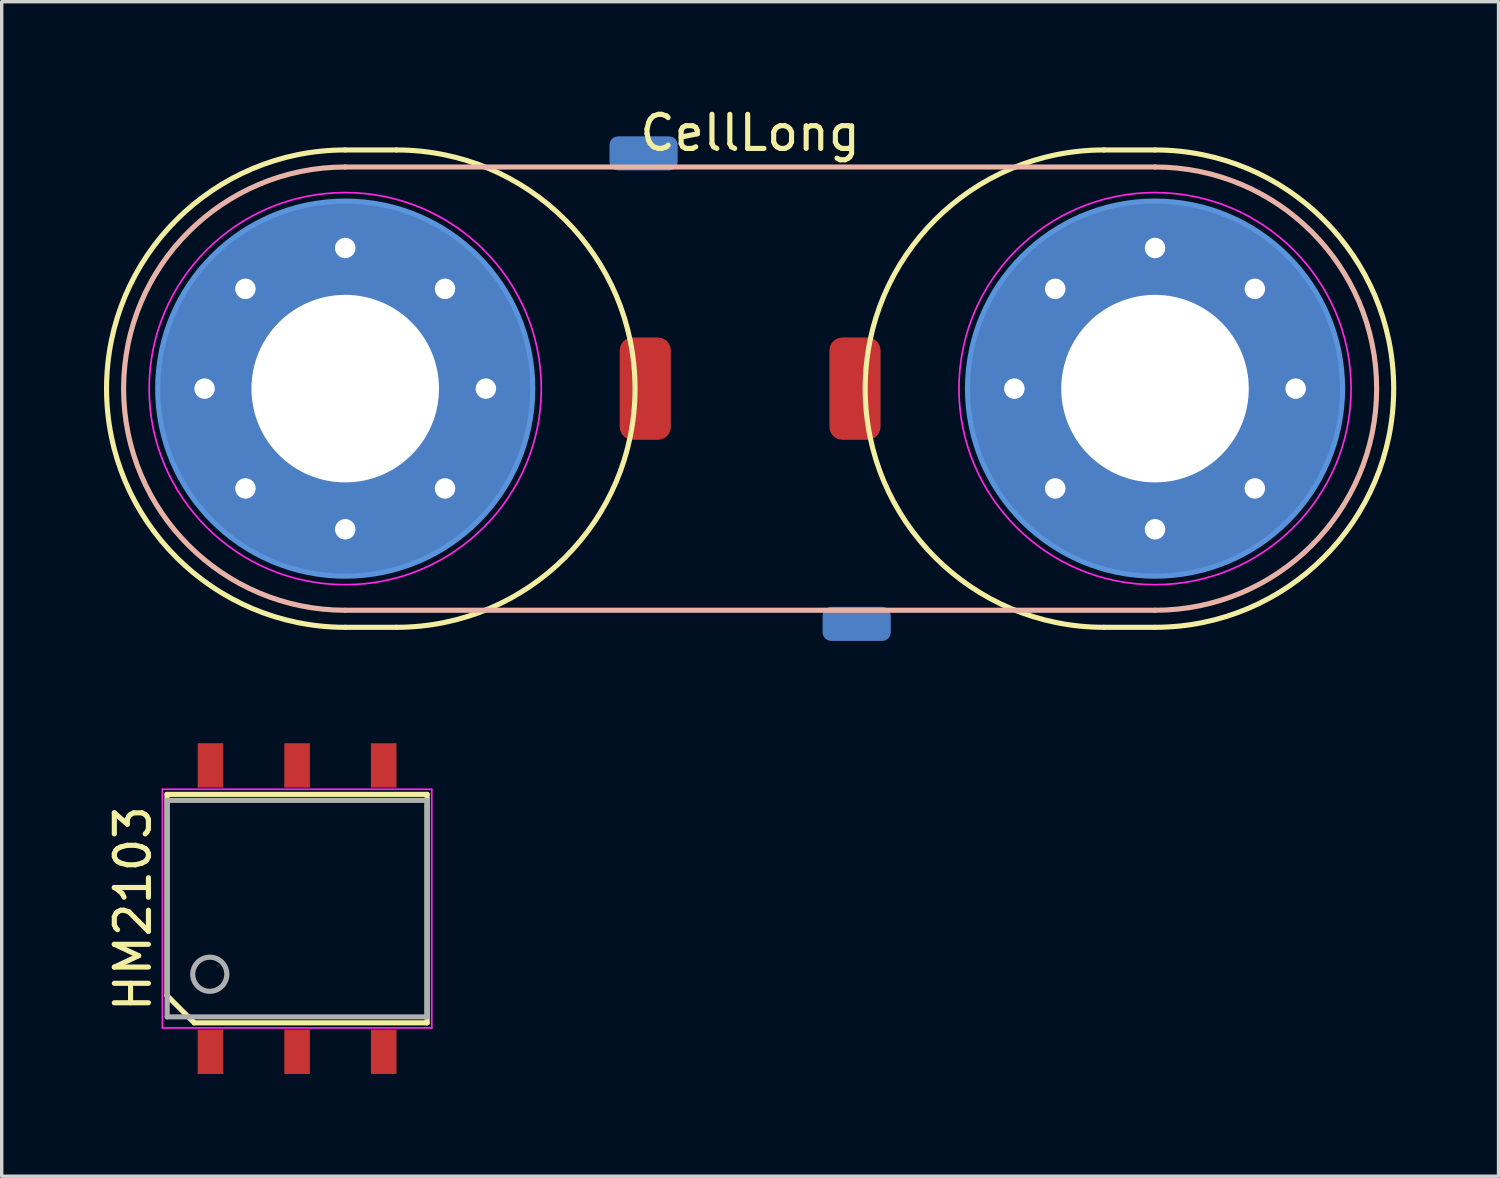
<source format=kicad_pcb>
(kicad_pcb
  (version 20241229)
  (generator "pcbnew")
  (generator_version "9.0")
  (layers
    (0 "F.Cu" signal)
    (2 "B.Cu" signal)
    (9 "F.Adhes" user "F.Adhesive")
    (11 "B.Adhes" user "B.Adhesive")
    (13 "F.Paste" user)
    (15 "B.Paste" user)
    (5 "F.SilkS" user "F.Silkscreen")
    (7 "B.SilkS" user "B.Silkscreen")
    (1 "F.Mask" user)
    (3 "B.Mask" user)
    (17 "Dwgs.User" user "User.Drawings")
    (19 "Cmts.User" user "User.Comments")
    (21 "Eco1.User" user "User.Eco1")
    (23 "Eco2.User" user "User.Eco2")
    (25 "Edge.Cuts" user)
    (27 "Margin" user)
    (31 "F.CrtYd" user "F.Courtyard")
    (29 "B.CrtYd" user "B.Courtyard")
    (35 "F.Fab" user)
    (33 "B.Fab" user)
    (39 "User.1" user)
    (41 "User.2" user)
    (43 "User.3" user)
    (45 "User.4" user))
  (footprint "HM2103"
    (layer "F.Cu")
    (at 5.663 23.598)
    (property "Reference" "HM2103" (at -4.815 0 90) (layer "F.SilkS") (effects (font (size 1 1) (thickness 0.15))))
    (attr smd)
    (fp_line (start -3.815 -3.35) (end 3.815 -3.35) (stroke (width 0.15) (type solid)) (layer "F.SilkS"))
    (fp_line (start -3.815 2.55) (end -3.815 -3.35) (stroke (width 0.15) (type solid)) (layer "F.SilkS"))
    (fp_line (start -3.015 3.35) (end -3.815 2.55) (stroke (width 0.15) (type solid)) (layer "F.SilkS"))
    (fp_line (start 3.815 -3.35) (end 3.815 3.35) (stroke (width 0.15) (type solid)) (layer "F.SilkS"))
    (fp_line (start 3.815 3.35) (end -3.015 3.35) (stroke (width 0.15) (type solid)) (layer "F.SilkS"))
    (fp_line (start -3.95 -3.5) (end 3.95 -3.5) (stroke (width 0.05) (type solid)) (layer "F.CrtYd"))
    (fp_line (start -3.95 3.5) (end -3.95 -3.5) (stroke (width 0.05) (type solid)) (layer "F.CrtYd"))
    (fp_line (start 3.95 -3.5) (end 3.95 3.5) (stroke (width 0.05) (type solid)) (layer "F.CrtYd"))
    (fp_line (start 3.95 3.5) (end -3.95 3.5) (stroke (width 0.05) (type solid)) (layer "F.CrtYd"))
    (fp_line (start -3.81 -3.175) (end 3.81 -3.175) (stroke (width 0.15) (type solid)) (layer "F.Fab"))
    (fp_line (start -3.81 3.175) (end -3.81 -3.175) (stroke (width 0.15) (type solid)) (layer "F.Fab"))
    (fp_line (start 3.81 -3.175) (end 3.81 3.175) (stroke (width 0.15) (type solid)) (layer "F.Fab"))
    (fp_line (start 3.81 3.175) (end -3.81 3.175) (stroke (width 0.15) (type solid)) (layer "F.Fab"))
    (fp_circle (center -2.56 1.925) (end -3.06 1.925) (stroke (width 0.15) (type solid)) (fill no) (layer "F.Fab"))
    (pad "1" smd rect (at -2.54 4.2) (size 0.75 1.3) (layers "F.Cu" "F.Mask" "F.Paste"))
    (pad "2" smd rect (at 0 4.2) (size 0.75 1.3) (layers "F.Cu" "F.Mask" "F.Paste"))
    (pad "3" smd rect (at 2.54 4.2) (size 0.75 1.3) (layers "F.Cu" "F.Mask" "F.Paste"))
    (pad "4" smd rect (at 2.54 -4.2) (size 0.75 1.3) (layers "F.Cu" "F.Mask" "F.Paste"))
    (pad "5" smd rect (at 0 -4.2) (size 0.75 1.3) (layers "F.Cu" "F.Mask" "F.Paste"))
    (pad "6" smd rect (at -2.54 -4.2) (size 0.75 1.3) (layers "F.Cu" "F.Mask" "F.Paste")))
  (footprint "CellLong"
    (layer "F.Cu")
    (at 18.95 8.348)
    (property "Reference" "CellLong" (at 0 -7.5 0) (layer "F.SilkS") (effects (font (size 1 1) (thickness 0.15))))
    (attr exclude_from_pos_files exclude_from_bom)
    (fp_line (start -11.875 -7) (end -10.375 -7) (stroke (width 0.15) (type solid)) (layer "F.SilkS"))
    (fp_line (start -11.875 7) (end -10.375 7) (stroke (width 0.15) (type solid)) (layer "F.SilkS"))
    (fp_line (start 10.375 -7) (end 11.875 -7) (stroke (width 0.15) (type solid)) (layer "F.SilkS"))
    (fp_line (start 10.375 7) (end 11.875 7) (stroke (width 0.15) (type solid)) (layer "F.SilkS"))
    (fp_arc (start -11.875 7) (mid -18.875 0) (end -11.875 -7) (stroke (width 0.15) (type solid)) (layer "F.SilkS"))
    (fp_arc (start -10.375 -7) (mid -3.375 0) (end -10.375 7) (stroke (width 0.15) (type solid)) (layer "F.SilkS"))
    (fp_arc (start 10.375 7) (mid 3.375 0) (end 10.375 -7) (stroke (width 0.15) (type solid)) (layer "F.SilkS"))
    (fp_arc (start 11.875 -7) (mid 18.875 0) (end 11.875 7) (stroke (width 0.15) (type solid)) (layer "F.SilkS"))
    (fp_line (start -11.875 -6.5) (end 11.875 -6.5) (stroke (width 0.15) (type solid)) (layer "B.SilkS"))
    (fp_line (start -11.875 6.5) (end 11.875 6.5) (stroke (width 0.15) (type solid)) (layer "B.SilkS"))
    (fp_arc (start -11.875 6.5) (mid -18.375 0) (end -11.875 -6.5) (stroke (width 0.15) (type solid)) (layer "B.SilkS"))
    (fp_arc (start 11.875 -6.5) (mid 18.375 0) (end 11.875 6.5) (stroke (width 0.15) (type solid)) (layer "B.SilkS"))
    (fp_circle (center -11.875 0) (end -6.375 0) (stroke (width 0.15) (type solid)) (fill no) (layer "Cmts.User"))
    (fp_circle (center 11.875 0) (end 17.375 0) (stroke (width 0.15) (type solid)) (fill no) (layer "Cmts.User"))
    (fp_circle (center -11.875 0) (end -6.125 0) (stroke (width 0.05) (type solid)) (fill no) (layer "F.CrtYd"))
    (fp_circle (center 11.875 0) (end 17.625 0) (stroke (width 0.05) (type solid)) (fill no) (layer "F.CrtYd"))
    (pad "" thru_hole circle (at -16 0) (size 0.9 0.9) (drill 0.6) (layers "*.Cu" "*.Mask"))
    (pad "" thru_hole circle (at -14.802 -2.927) (size 0.9 0.9) (drill 0.6) (layers "*.Cu" "*.Mask"))
    (pad "" thru_hole circle (at -14.802 2.927) (size 0.9 0.9) (drill 0.6) (layers "*.Cu" "*.Mask"))
    (pad "" thru_hole circle (at -11.875 -4.125) (size 0.9 0.9) (drill 0.6) (layers "*.Cu" "*.Mask"))
    (pad "" thru_hole circle (at -11.875 0) (size 11 11) (drill 5.5) (layers "*.Cu" "*.Mask"))
    (pad "" thru_hole circle (at -11.875 4.125) (size 0.9 0.9) (drill 0.6) (layers "*.Cu" "*.Mask"))
    (pad "" thru_hole circle (at -8.948 -2.927) (size 0.9 0.9) (drill 0.6) (layers "*.Cu" "*.Mask"))
    (pad "" thru_hole circle (at -8.948 2.927) (size 0.9 0.9) (drill 0.6) (layers "*.Cu" "*.Mask"))
    (pad "" thru_hole circle (at -7.75 0) (size 0.9 0.9) (drill 0.6) (layers "*.Cu" "*.Mask"))
    (pad "" smd roundrect (at -3.125 -6.9) (size 2 1) (layers "B.Cu" "B.Mask") (roundrect_rratio 0.25))
    (pad "" smd roundrect (at -3.075 0 90) (size 3 1.5) (layers "F.Cu" "F.Mask") (roundrect_rratio 0.25))
    (pad "" smd roundrect (at 3.075 0 90) (size 3 1.5) (layers "F.Cu" "F.Mask") (roundrect_rratio 0.25))
    (pad "" smd roundrect (at 3.125 6.9) (size 2 1) (layers "B.Cu" "B.Mask") (roundrect_rratio 0.25))
    (pad "1" thru_hole circle (at 7.75 0) (size 0.9 0.9) (drill 0.6) (layers "*.Cu" "*.Mask"))
    (pad "1" thru_hole circle (at 8.948 -2.927) (size 0.9 0.9) (drill 0.6) (layers "*.Cu" "*.Mask"))
    (pad "1" thru_hole circle (at 8.948 2.927) (size 0.9 0.9) (drill 0.6) (layers "*.Cu" "*.Mask"))
    (pad "1" thru_hole circle (at 11.875 -4.125) (size 0.9 0.9) (drill 0.6) (layers "*.Cu" "*.Mask"))
    (pad "1" thru_hole circle (at 11.875 0) (size 11 11) (drill 5.5) (layers "*.Cu" "*.Mask"))
    (pad "1" thru_hole circle (at 11.875 4.125) (size 0.9 0.9) (drill 0.6) (layers "*.Cu" "*.Mask"))
    (pad "1" thru_hole circle (at 14.802 -2.927) (size 0.9 0.9) (drill 0.6) (layers "*.Cu" "*.Mask"))
    (pad "1" thru_hole circle (at 14.802 2.927) (size 0.9 0.9) (drill 0.6) (layers "*.Cu" "*.Mask"))
    (pad "1" thru_hole circle (at 16 0) (size 0.9 0.9) (drill 0.6) (layers "*.Cu" "*.Mask")))
  (gr_rect
    (start -3 -3)
    (end 40.9 31.448)
    (stroke (width 0.1) (type default))
    (fill no)
    (layer "Edge.Cuts")))
</source>
